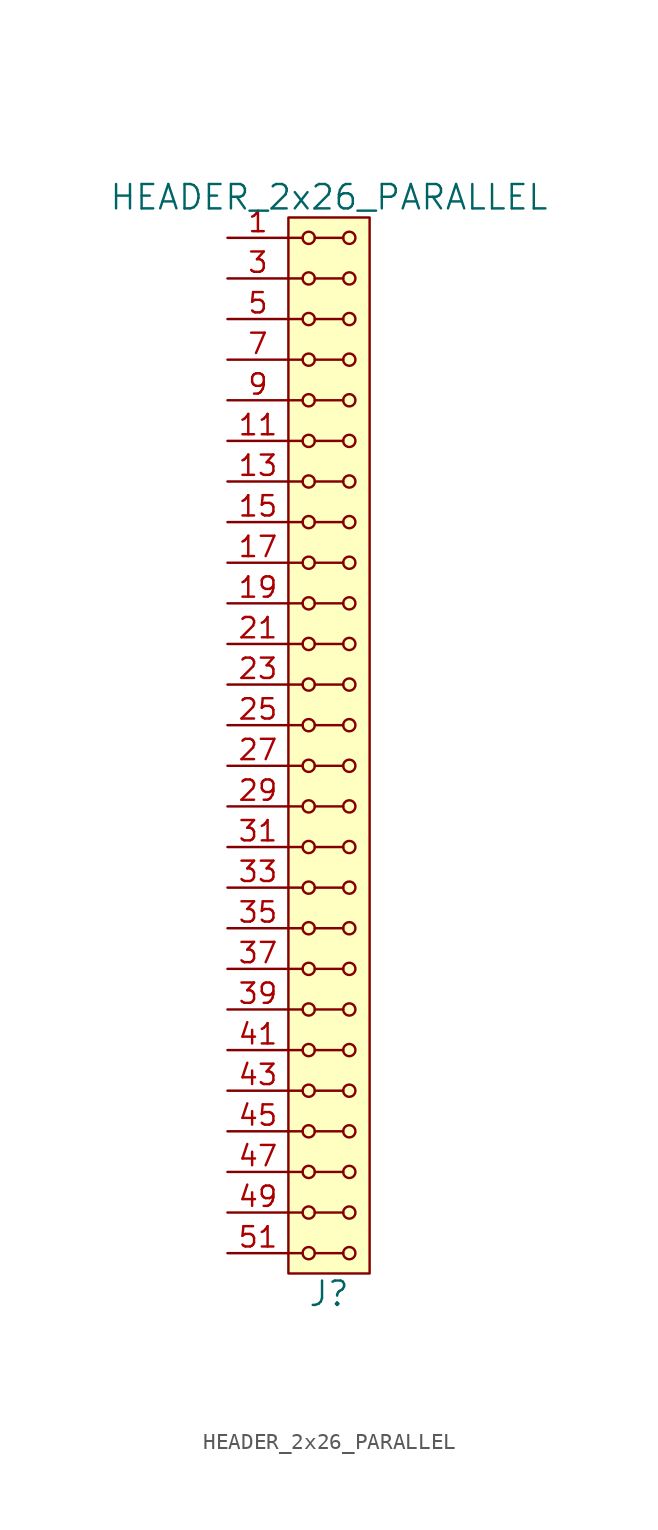
<source format=kicad_sym>
(kicad_symbol_lib
  (version 20211014)
  (generator kicad_symbol_editor)
  (symbol "HEADER_2x26_PARALLEL"
    (pin_names
      (offset 1.016))
    (property "Reference" "J"
      (at 0 -34.29 0)
      (effects (font (size 1.524 1.524))))
    (property "Value" "HEADER_2x26_PARALLEL"
      (at 0 34.29 0)
      (effects (font (size 1.524 1.524))))
    (property "Footprint" ""
      (at 0 31.75 0)
      (effects (font (size 1.524 1.524))))
    (property "Datasheet" ""
      (at 0 31.75 0)
      (effects (font (size 1.524 1.524))))
    (symbol "HEADER_2x26_PARALLEL_0_1"
      (rectangle (start -2.54 33.02) (end 2.54 -33.02) (stroke (width 0) (type default) (color 0 0 0 0)) (fill (type background)))
      (circle (center -1.27 -31.75) (radius 0.381) (stroke (width 0) (type default) (color 0 0 0 0)) (fill (type none)))
      (circle (center -1.27 -29.21) (radius 0.381) (stroke (width 0) (type default) (color 0 0 0 0)) (fill (type none)))
      (circle (center -1.27 -26.67) (radius 0.381) (stroke (width 0) (type default) (color 0 0 0 0)) (fill (type none)))
      (circle (center -1.27 -24.13) (radius 0.381) (stroke (width 0) (type default) (color 0 0 0 0)) (fill (type none)))
      (circle (center -1.27 -21.59) (radius 0.381) (stroke (width 0) (type default) (color 0 0 0 0)) (fill (type none)))
      (circle (center -1.27 -19.05) (radius 0.381) (stroke (width 0) (type default) (color 0 0 0 0)) (fill (type none)))
      (circle (center -1.27 -16.51) (radius 0.381) (stroke (width 0) (type default) (color 0 0 0 0)) (fill (type none)))
      (circle (center -1.27 -13.97) (radius 0.381) (stroke (width 0) (type default) (color 0 0 0 0)) (fill (type none)))
      (circle (center -1.27 -11.43) (radius 0.381) (stroke (width 0) (type default) (color 0 0 0 0)) (fill (type none)))
      (circle (center -1.27 -8.89) (radius 0.381) (stroke (width 0) (type default) (color 0 0 0 0)) (fill (type none)))
      (circle (center -1.27 -6.35) (radius 0.381) (stroke (width 0) (type default) (color 0 0 0 0)) (fill (type none)))
      (circle (center -1.27 -3.81) (radius 0.381) (stroke (width 0) (type default) (color 0 0 0 0)) (fill (type none)))
      (circle (center -1.27 -1.27) (radius 0.381) (stroke (width 0) (type default) (color 0 0 0 0)) (fill (type none)))
      (circle (center -1.27 1.27) (radius 0.381) (stroke (width 0) (type default) (color 0 0 0 0)) (fill (type none)))
      (circle (center -1.27 3.81) (radius 0.381) (stroke (width 0) (type default) (color 0 0 0 0)) (fill (type none)))
      (circle (center -1.27 6.35) (radius 0.381) (stroke (width 0) (type default) (color 0 0 0 0)) (fill (type none)))
      (circle (center -1.27 8.89) (radius 0.381) (stroke (width 0) (type default) (color 0 0 0 0)) (fill (type none)))
      (circle (center -1.27 11.43) (radius 0.381) (stroke (width 0) (type default) (color 0 0 0 0)) (fill (type none)))
      (circle (center -1.27 13.97) (radius 0.381) (stroke (width 0) (type default) (color 0 0 0 0)) (fill (type none)))
      (circle (center -1.27 16.51) (radius 0.381) (stroke (width 0) (type default) (color 0 0 0 0)) (fill (type none)))
      (circle (center -1.27 19.05) (radius 0.381) (stroke (width 0) (type default) (color 0 0 0 0)) (fill (type none)))
      (circle (center -1.27 21.59) (radius 0.381) (stroke (width 0) (type default) (color 0 0 0 0)) (fill (type none)))
      (circle (center -1.27 24.13) (radius 0.381) (stroke (width 0) (type default) (color 0 0 0 0)) (fill (type none)))
      (circle (center -1.27 26.67) (radius 0.381) (stroke (width 0) (type default) (color 0 0 0 0)) (fill (type none)))
      (circle (center -1.27 29.21) (radius 0.381) (stroke (width 0) (type default) (color 0 0 0 0)) (fill (type none)))
      (circle (center -1.27 31.75) (radius 0.381) (stroke (width 0) (type default) (color 0 0 0 0)) (fill (type none)))
      (polyline (pts (xy -1.651 -31.75) (xy -2.54 -31.75)) (stroke (width 0) (type default) (color 0 0 0 0)) (fill (type none)))
      (polyline (pts (xy -1.651 -29.21) (xy -2.54 -29.21)) (stroke (width 0) (type default) (color 0 0 0 0)) (fill (type none)))
      (polyline (pts (xy -1.651 -26.67) (xy -2.54 -26.67)) (stroke (width 0) (type default) (color 0 0 0 0)) (fill (type none)))
      (polyline (pts (xy -1.651 -24.13) (xy -2.54 -24.13)) (stroke (width 0) (type default) (color 0 0 0 0)) (fill (type none)))
      (polyline (pts (xy -1.651 -21.59) (xy -2.54 -21.59)) (stroke (width 0) (type default) (color 0 0 0 0)) (fill (type none)))
      (polyline (pts (xy -1.651 -19.05) (xy -2.54 -19.05)) (stroke (width 0) (type default) (color 0 0 0 0)) (fill (type none)))
      (polyline (pts (xy -1.651 -16.51) (xy -2.54 -16.51)) (stroke (width 0) (type default) (color 0 0 0 0)) (fill (type none)))
      (polyline (pts (xy -1.651 -13.97) (xy -2.54 -13.97)) (stroke (width 0) (type default) (color 0 0 0 0)) (fill (type none)))
      (polyline (pts (xy -1.651 -11.43) (xy -2.54 -11.43)) (stroke (width 0) (type default) (color 0 0 0 0)) (fill (type none)))
      (polyline (pts (xy -1.651 -8.89) (xy -2.54 -8.89)) (stroke (width 0) (type default) (color 0 0 0 0)) (fill (type none)))
      (polyline (pts (xy -1.651 -6.35) (xy -2.54 -6.35)) (stroke (width 0) (type default) (color 0 0 0 0)) (fill (type none)))
      (polyline (pts (xy -1.651 -3.81) (xy -2.54 -3.81)) (stroke (width 0) (type default) (color 0 0 0 0)) (fill (type none)))
      (polyline (pts (xy -1.651 -1.27) (xy -2.54 -1.27)) (stroke (width 0) (type default) (color 0 0 0 0)) (fill (type none)))
      (polyline (pts (xy -1.651 1.27) (xy -2.54 1.27)) (stroke (width 0) (type default) (color 0 0 0 0)) (fill (type none)))
      (polyline (pts (xy -1.651 3.81) (xy -2.54 3.81)) (stroke (width 0) (type default) (color 0 0 0 0)) (fill (type none)))
      (polyline (pts (xy -1.651 6.35) (xy -2.54 6.35)) (stroke (width 0) (type default) (color 0 0 0 0)) (fill (type none)))
      (polyline (pts (xy -1.651 8.89) (xy -2.54 8.89)) (stroke (width 0) (type default) (color 0 0 0 0)) (fill (type none)))
      (polyline (pts (xy -1.651 11.43) (xy -2.54 11.43)) (stroke (width 0) (type default) (color 0 0 0 0)) (fill (type none)))
      (polyline (pts (xy -1.651 13.97) (xy -2.54 13.97)) (stroke (width 0) (type default) (color 0 0 0 0)) (fill (type none)))
      (polyline (pts (xy -1.651 16.51) (xy -2.54 16.51)) (stroke (width 0) (type default) (color 0 0 0 0)) (fill (type none)))
      (polyline (pts (xy -1.651 19.05) (xy -2.54 19.05)) (stroke (width 0) (type default) (color 0 0 0 0)) (fill (type none)))
      (polyline (pts (xy -1.651 21.59) (xy -2.54 21.59)) (stroke (width 0) (type default) (color 0 0 0 0)) (fill (type none)))
      (polyline (pts (xy -1.651 24.13) (xy -2.54 24.13)) (stroke (width 0) (type default) (color 0 0 0 0)) (fill (type none)))
      (polyline (pts (xy -1.651 26.67) (xy -2.54 26.67)) (stroke (width 0) (type default) (color 0 0 0 0)) (fill (type none)))
      (polyline (pts (xy -1.651 29.21) (xy -2.54 29.21)) (stroke (width 0) (type default) (color 0 0 0 0)) (fill (type none)))
      (polyline (pts (xy -1.651 31.75) (xy -2.54 31.75)) (stroke (width 0) (type default) (color 0 0 0 0)) (fill (type none)))
      (polyline (pts (xy -0.889 -31.75) (xy 0.889 -31.75)) (stroke (width 0) (type default) (color 0 0 0 0)) (fill (type none)))
      (polyline (pts (xy -0.889 -29.21) (xy 0.889 -29.21)) (stroke (width 0) (type default) (color 0 0 0 0)) (fill (type none)))
      (polyline (pts (xy -0.889 -26.67) (xy 0.889 -26.67)) (stroke (width 0) (type default) (color 0 0 0 0)) (fill (type none)))
      (polyline (pts (xy -0.889 -24.13) (xy 0.889 -24.13)) (stroke (width 0) (type default) (color 0 0 0 0)) (fill (type none)))
      (polyline (pts (xy -0.889 -21.59) (xy 0.889 -21.59)) (stroke (width 0) (type default) (color 0 0 0 0)) (fill (type none)))
      (polyline (pts (xy -0.889 -19.05) (xy 0.889 -19.05)) (stroke (width 0) (type default) (color 0 0 0 0)) (fill (type none)))
      (polyline (pts (xy -0.889 -16.51) (xy 0.889 -16.51)) (stroke (width 0) (type default) (color 0 0 0 0)) (fill (type none)))
      (polyline (pts (xy -0.889 -13.97) (xy 0.889 -13.97)) (stroke (width 0) (type default) (color 0 0 0 0)) (fill (type none)))
      (polyline (pts (xy -0.889 -11.43) (xy 0.889 -11.43)) (stroke (width 0) (type default) (color 0 0 0 0)) (fill (type none)))
      (polyline (pts (xy -0.889 -8.89) (xy 0.889 -8.89)) (stroke (width 0) (type default) (color 0 0 0 0)) (fill (type none)))
      (polyline (pts (xy -0.889 -6.35) (xy 0.889 -6.35)) (stroke (width 0) (type default) (color 0 0 0 0)) (fill (type none)))
      (polyline (pts (xy -0.889 -3.81) (xy 0.889 -3.81)) (stroke (width 0) (type default) (color 0 0 0 0)) (fill (type none)))
      (polyline (pts (xy -0.889 -1.27) (xy 0.889 -1.27)) (stroke (width 0) (type default) (color 0 0 0 0)) (fill (type none)))
      (polyline (pts (xy -0.889 1.27) (xy 0.889 1.27)) (stroke (width 0) (type default) (color 0 0 0 0)) (fill (type none)))
      (polyline (pts (xy -0.889 3.81) (xy 0.889 3.81)) (stroke (width 0) (type default) (color 0 0 0 0)) (fill (type none)))
      (polyline (pts (xy -0.889 6.35) (xy 0.889 6.35)) (stroke (width 0) (type default) (color 0 0 0 0)) (fill (type none)))
      (polyline (pts (xy -0.889 8.89) (xy 0.889 8.89)) (stroke (width 0) (type default) (color 0 0 0 0)) (fill (type none)))
      (polyline (pts (xy -0.889 11.43) (xy 0.889 11.43)) (stroke (width 0) (type default) (color 0 0 0 0)) (fill (type none)))
      (polyline (pts (xy -0.889 13.97) (xy 0.889 13.97)) (stroke (width 0) (type default) (color 0 0 0 0)) (fill (type none)))
      (polyline (pts (xy -0.889 16.51) (xy 0.889 16.51)) (stroke (width 0) (type default) (color 0 0 0 0)) (fill (type none)))
      (polyline (pts (xy -0.889 19.05) (xy 0.889 19.05)) (stroke (width 0) (type default) (color 0 0 0 0)) (fill (type none)))
      (polyline (pts (xy -0.889 21.59) (xy 0.889 21.59)) (stroke (width 0) (type default) (color 0 0 0 0)) (fill (type none)))
      (polyline (pts (xy -0.889 24.13) (xy 0.889 24.13)) (stroke (width 0) (type default) (color 0 0 0 0)) (fill (type none)))
      (polyline (pts (xy -0.889 26.67) (xy 0.889 26.67)) (stroke (width 0) (type default) (color 0 0 0 0)) (fill (type none)))
      (polyline (pts (xy -0.889 29.21) (xy 0.889 29.21)) (stroke (width 0) (type default) (color 0 0 0 0)) (fill (type none)))
      (polyline (pts (xy -0.889 31.75) (xy 0.889 31.75)) (stroke (width 0) (type default) (color 0 0 0 0)) (fill (type none)))
      (circle (center 1.27 -31.75) (radius 0.381) (stroke (width 0) (type default) (color 0 0 0 0)) (fill (type none)))
      (circle (center 1.27 -29.21) (radius 0.381) (stroke (width 0) (type default) (color 0 0 0 0)) (fill (type none)))
      (circle (center 1.27 -26.67) (radius 0.381) (stroke (width 0) (type default) (color 0 0 0 0)) (fill (type none)))
      (circle (center 1.27 -24.13) (radius 0.381) (stroke (width 0) (type default) (color 0 0 0 0)) (fill (type none)))
      (circle (center 1.27 -21.59) (radius 0.381) (stroke (width 0) (type default) (color 0 0 0 0)) (fill (type none)))
      (circle (center 1.27 -19.05) (radius 0.381) (stroke (width 0) (type default) (color 0 0 0 0)) (fill (type none)))
      (circle (center 1.27 -16.51) (radius 0.381) (stroke (width 0) (type default) (color 0 0 0 0)) (fill (type none)))
      (circle (center 1.27 -13.97) (radius 0.381) (stroke (width 0) (type default) (color 0 0 0 0)) (fill (type none)))
      (circle (center 1.27 -11.43) (radius 0.381) (stroke (width 0) (type default) (color 0 0 0 0)) (fill (type none)))
      (circle (center 1.27 -8.89) (radius 0.381) (stroke (width 0) (type default) (color 0 0 0 0)) (fill (type none)))
      (circle (center 1.27 -6.35) (radius 0.381) (stroke (width 0) (type default) (color 0 0 0 0)) (fill (type none)))
      (circle (center 1.27 -3.81) (radius 0.381) (stroke (width 0) (type default) (color 0 0 0 0)) (fill (type none)))
      (circle (center 1.27 -1.27) (radius 0.381) (stroke (width 0) (type default) (color 0 0 0 0)) (fill (type none)))
      (circle (center 1.27 1.27) (radius 0.381) (stroke (width 0) (type default) (color 0 0 0 0)) (fill (type none)))
      (circle (center 1.27 3.81) (radius 0.381) (stroke (width 0) (type default) (color 0 0 0 0)) (fill (type none)))
      (circle (center 1.27 6.35) (radius 0.381) (stroke (width 0) (type default) (color 0 0 0 0)) (fill (type none)))
      (circle (center 1.27 8.89) (radius 0.381) (stroke (width 0) (type default) (color 0 0 0 0)) (fill (type none)))
      (circle (center 1.27 11.43) (radius 0.381) (stroke (width 0) (type default) (color 0 0 0 0)) (fill (type none)))
      (circle (center 1.27 13.97) (radius 0.381) (stroke (width 0) (type default) (color 0 0 0 0)) (fill (type none)))
      (circle (center 1.27 16.51) (radius 0.381) (stroke (width 0) (type default) (color 0 0 0 0)) (fill (type none)))
      (circle (center 1.27 19.05) (radius 0.381) (stroke (width 0) (type default) (color 0 0 0 0)) (fill (type none)))
      (circle (center 1.27 21.59) (radius 0.381) (stroke (width 0) (type default) (color 0 0 0 0)) (fill (type none)))
      (circle (center 1.27 24.13) (radius 0.381) (stroke (width 0) (type default) (color 0 0 0 0)) (fill (type none)))
      (circle (center 1.27 26.67) (radius 0.381) (stroke (width 0) (type default) (color 0 0 0 0)) (fill (type none)))
      (circle (center 1.27 29.21) (radius 0.381) (stroke (width 0) (type default) (color 0 0 0 0)) (fill (type none)))
      (circle (center 1.27 31.75) (radius 0.381) (stroke (width 0) (type default) (color 0 0 0 0)) (fill (type none))))
    (symbol "HEADER_2x26_PARALLEL_1_1"
      (pin input line (at -6.35 31.75 0) (length 3.81) (name "~" (effects (font (size 1.27 1.27)))) (number "1" (effects (font (size 1.27 1.27)))))
      (pin input line (at -6.35 21.59 0) (length 3.81) hide (name "~" (effects (font (size 1.27 1.27)))) (number "10" (effects (font (size 1.27 1.27)))))
      (pin input line (at -6.35 19.05 0) (length 3.81) (name "~" (effects (font (size 1.27 1.27)))) (number "11" (effects (font (size 1.27 1.27)))))
      (pin input line (at -6.35 19.05 0) (length 3.81) hide (name "~" (effects (font (size 1.27 1.27)))) (number "12" (effects (font (size 1.27 1.27)))))
      (pin input line (at -6.35 16.51 0) (length 3.81) (name "~" (effects (font (size 1.27 1.27)))) (number "13" (effects (font (size 1.27 1.27)))))
      (pin input line (at -6.35 16.51 0) (length 3.81) hide (name "~" (effects (font (size 1.27 1.27)))) (number "14" (effects (font (size 1.27 1.27)))))
      (pin input line (at -6.35 13.97 0) (length 3.81) (name "~" (effects (font (size 1.27 1.27)))) (number "15" (effects (font (size 1.27 1.27)))))
      (pin input line (at -6.35 13.97 0) (length 3.81) hide (name "~" (effects (font (size 1.27 1.27)))) (number "16" (effects (font (size 1.27 1.27)))))
      (pin input line (at -6.35 11.43 0) (length 3.81) (name "~" (effects (font (size 1.27 1.27)))) (number "17" (effects (font (size 1.27 1.27)))))
      (pin input line (at -6.35 11.43 0) (length 3.81) hide (name "~" (effects (font (size 1.27 1.27)))) (number "18" (effects (font (size 1.27 1.27)))))
      (pin input line (at -6.35 8.89 0) (length 3.81) (name "~" (effects (font (size 1.27 1.27)))) (number "19" (effects (font (size 1.27 1.27)))))
      (pin input line (at -6.35 31.75 0) (length 3.81) hide (name "~" (effects (font (size 1.27 1.27)))) (number "2" (effects (font (size 1.27 1.27)))))
      (pin input line (at -6.35 8.89 0) (length 3.81) hide (name "~" (effects (font (size 1.27 1.27)))) (number "20" (effects (font (size 1.27 1.27)))))
      (pin input line (at -6.35 6.35 0) (length 3.81) (name "~" (effects (font (size 1.27 1.27)))) (number "21" (effects (font (size 1.27 1.27)))))
      (pin input line (at -6.35 6.35 0) (length 3.81) hide (name "~" (effects (font (size 1.27 1.27)))) (number "22" (effects (font (size 1.27 1.27)))))
      (pin input line (at -6.35 3.81 0) (length 3.81) (name "~" (effects (font (size 1.27 1.27)))) (number "23" (effects (font (size 1.27 1.27)))))
      (pin input line (at -6.35 3.81 0) (length 3.81) hide (name "~" (effects (font (size 1.27 1.27)))) (number "24" (effects (font (size 1.27 1.27)))))
      (pin input line (at -6.35 1.27 0) (length 3.81) (name "~" (effects (font (size 1.27 1.27)))) (number "25" (effects (font (size 1.27 1.27)))))
      (pin input line (at -6.35 1.27 0) (length 3.81) hide (name "~" (effects (font (size 1.27 1.27)))) (number "26" (effects (font (size 1.27 1.27)))))
      (pin input line (at -6.35 -1.27 0) (length 3.81) (name "~" (effects (font (size 1.27 1.27)))) (number "27" (effects (font (size 1.27 1.27)))))
      (pin input line (at -6.35 -1.27 0) (length 3.81) hide (name "~" (effects (font (size 1.27 1.27)))) (number "28" (effects (font (size 1.27 1.27)))))
      (pin input line (at -6.35 -3.81 0) (length 3.81) (name "~" (effects (font (size 1.27 1.27)))) (number "29" (effects (font (size 1.27 1.27)))))
      (pin input line (at -6.35 29.21 0) (length 3.81) (name "~" (effects (font (size 1.27 1.27)))) (number "3" (effects (font (size 1.27 1.27)))))
      (pin input line (at -6.35 -3.81 0) (length 3.81) hide (name "~" (effects (font (size 1.27 1.27)))) (number "30" (effects (font (size 1.27 1.27)))))
      (pin input line (at -6.35 -6.35 0) (length 3.81) (name "~" (effects (font (size 1.27 1.27)))) (number "31" (effects (font (size 1.27 1.27)))))
      (pin input line (at -6.35 -6.35 0) (length 3.81) hide (name "~" (effects (font (size 1.27 1.27)))) (number "32" (effects (font (size 1.27 1.27)))))
      (pin input line (at -6.35 -8.89 0) (length 3.81) (name "~" (effects (font (size 1.27 1.27)))) (number "33" (effects (font (size 1.27 1.27)))))
      (pin input line (at -6.35 -8.89 0) (length 3.81) hide (name "~" (effects (font (size 1.27 1.27)))) (number "34" (effects (font (size 1.27 1.27)))))
      (pin input line (at -6.35 -11.43 0) (length 3.81) (name "~" (effects (font (size 1.27 1.27)))) (number "35" (effects (font (size 1.27 1.27)))))
      (pin input line (at -6.35 -11.43 0) (length 3.81) hide (name "~" (effects (font (size 1.27 1.27)))) (number "36" (effects (font (size 1.27 1.27)))))
      (pin input line (at -6.35 -13.97 0) (length 3.81) (name "~" (effects (font (size 1.27 1.27)))) (number "37" (effects (font (size 1.27 1.27)))))
      (pin input line (at -6.35 -13.97 0) (length 3.81) hide (name "~" (effects (font (size 1.27 1.27)))) (number "38" (effects (font (size 1.27 1.27)))))
      (pin input line (at -6.35 -16.51 0) (length 3.81) (name "~" (effects (font (size 1.27 1.27)))) (number "39" (effects (font (size 1.27 1.27)))))
      (pin input line (at -6.35 29.21 0) (length 3.81) hide (name "~" (effects (font (size 1.27 1.27)))) (number "4" (effects (font (size 1.27 1.27)))))
      (pin input line (at -6.35 -16.51 0) (length 3.81) hide (name "~" (effects (font (size 1.27 1.27)))) (number "40" (effects (font (size 1.27 1.27)))))
      (pin input line (at -6.35 -19.05 0) (length 3.81) (name "~" (effects (font (size 1.27 1.27)))) (number "41" (effects (font (size 1.27 1.27)))))
      (pin input line (at -6.35 -19.05 0) (length 3.81) hide (name "~" (effects (font (size 1.27 1.27)))) (number "42" (effects (font (size 1.27 1.27)))))
      (pin input line (at -6.35 -21.59 0) (length 3.81) (name "~" (effects (font (size 1.27 1.27)))) (number "43" (effects (font (size 1.27 1.27)))))
      (pin input line (at -6.35 -21.59 0) (length 3.81) hide (name "~" (effects (font (size 1.27 1.27)))) (number "44" (effects (font (size 1.27 1.27)))))
      (pin input line (at -6.35 -24.13 0) (length 3.81) (name "~" (effects (font (size 1.27 1.27)))) (number "45" (effects (font (size 1.27 1.27)))))
      (pin input line (at -6.35 -24.13 0) (length 3.81) hide (name "~" (effects (font (size 1.27 1.27)))) (number "46" (effects (font (size 1.27 1.27)))))
      (pin input line (at -6.35 -26.67 0) (length 3.81) (name "~" (effects (font (size 1.27 1.27)))) (number "47" (effects (font (size 1.27 1.27)))))
      (pin input line (at -6.35 -26.67 0) (length 3.81) hide (name "~" (effects (font (size 1.27 1.27)))) (number "48" (effects (font (size 1.27 1.27)))))
      (pin input line (at -6.35 -29.21 0) (length 3.81) (name "~" (effects (font (size 1.27 1.27)))) (number "49" (effects (font (size 1.27 1.27)))))
      (pin input line (at -6.35 26.67 0) (length 3.81) (name "~" (effects (font (size 1.27 1.27)))) (number "5" (effects (font (size 1.27 1.27)))))
      (pin input line (at -6.35 -29.21 0) (length 3.81) hide (name "~" (effects (font (size 1.27 1.27)))) (number "50" (effects (font (size 1.27 1.27)))))
      (pin input line (at -6.35 -31.75 0) (length 3.81) (name "~" (effects (font (size 1.27 1.27)))) (number "51" (effects (font (size 1.27 1.27)))))
      (pin input line (at -6.35 -31.75 0) (length 3.81) hide (name "~" (effects (font (size 1.27 1.27)))) (number "52" (effects (font (size 1.27 1.27)))))
      (pin input line (at -6.35 26.67 0) (length 3.81) hide (name "~" (effects (font (size 1.27 1.27)))) (number "6" (effects (font (size 1.27 1.27)))))
      (pin input line (at -6.35 24.13 0) (length 3.81) (name "~" (effects (font (size 1.27 1.27)))) (number "7" (effects (font (size 1.27 1.27)))))
      (pin input line (at -6.35 24.13 0) (length 3.81) hide (name "~" (effects (font (size 1.27 1.27)))) (number "8" (effects (font (size 1.27 1.27)))))
      (pin input line (at -6.35 21.59 0) (length 3.81) (name "~" (effects (font (size 1.27 1.27)))) (number "9" (effects (font (size 1.27 1.27))))))))
</source>
